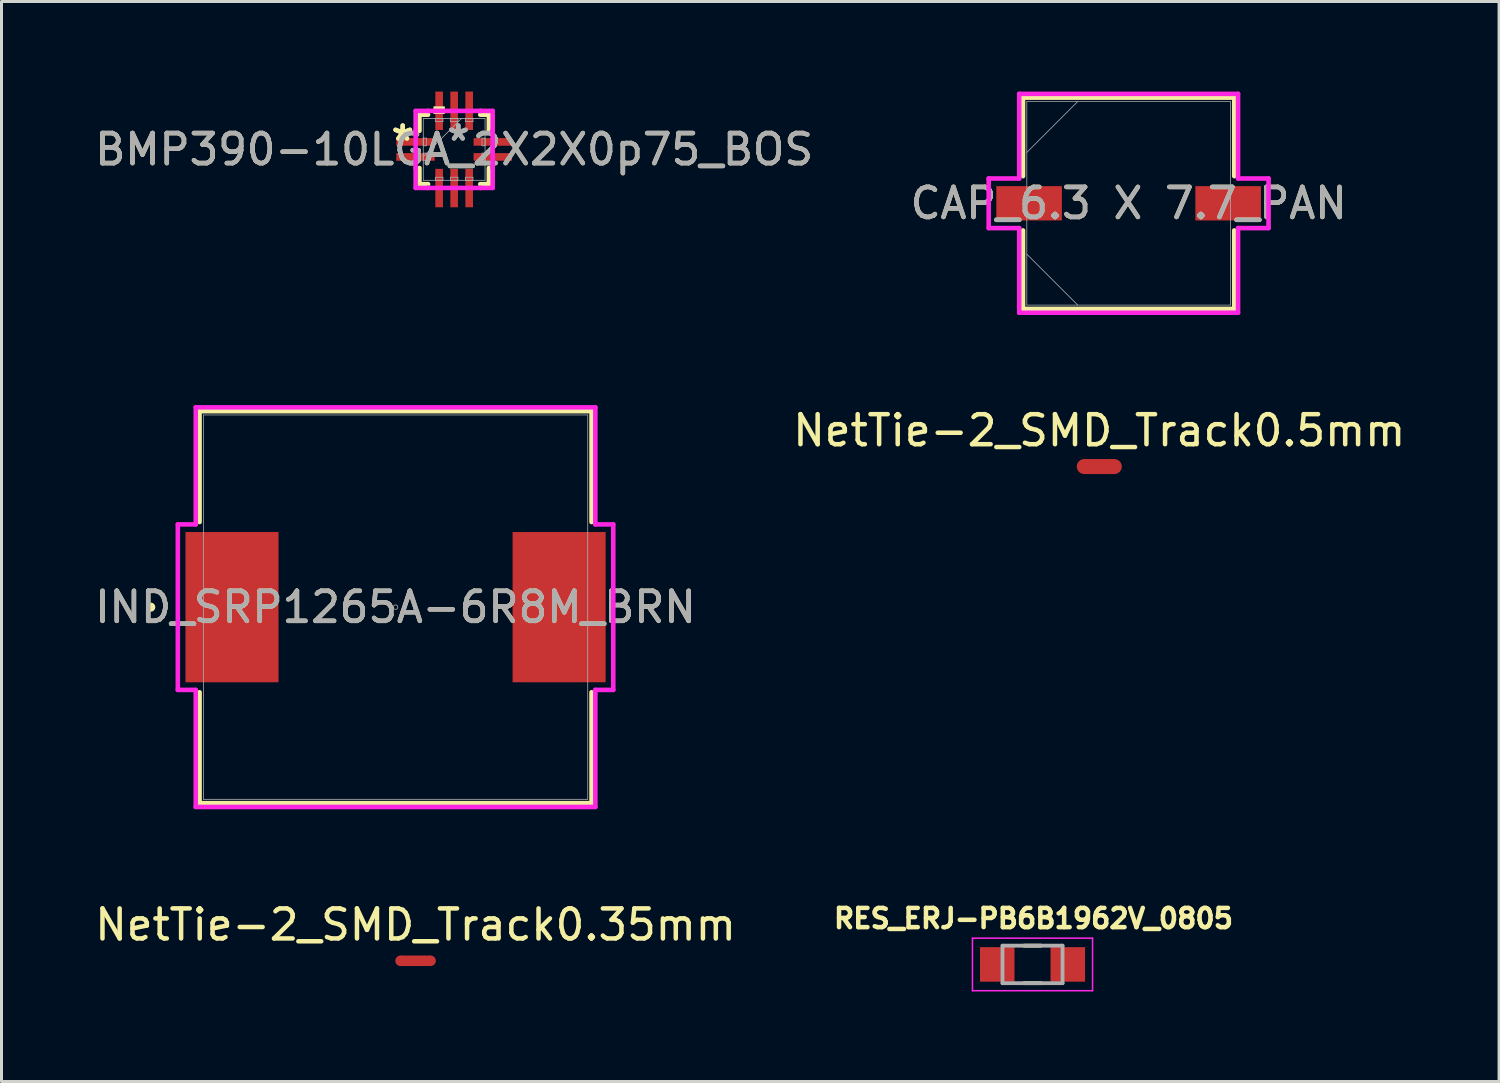
<source format=kicad_pcb>
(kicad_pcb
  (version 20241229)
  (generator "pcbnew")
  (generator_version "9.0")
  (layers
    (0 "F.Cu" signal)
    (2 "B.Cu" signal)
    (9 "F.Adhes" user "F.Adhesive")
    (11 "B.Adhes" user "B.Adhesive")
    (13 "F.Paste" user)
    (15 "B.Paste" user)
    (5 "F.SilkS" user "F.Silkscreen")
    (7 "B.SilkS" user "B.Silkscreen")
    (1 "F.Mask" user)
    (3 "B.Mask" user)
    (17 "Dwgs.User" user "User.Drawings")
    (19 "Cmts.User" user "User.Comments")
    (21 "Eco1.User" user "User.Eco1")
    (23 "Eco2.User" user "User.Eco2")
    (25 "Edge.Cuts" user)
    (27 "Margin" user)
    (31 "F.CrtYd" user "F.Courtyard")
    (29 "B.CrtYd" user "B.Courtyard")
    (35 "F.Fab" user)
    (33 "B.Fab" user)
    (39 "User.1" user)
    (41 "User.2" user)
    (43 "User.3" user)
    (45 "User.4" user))
  (footprint "NetTie-2_SMD_Track0.5mm"
    (layer "F.Cu")
    (at 33.565 12.49)
    (property "Reference" "NetTie-2_SMD_Track0.5mm" (at 0 -1.2 180) (layer "F.SilkS") (effects (font (size 1 1) (thickness 0.15))))
    (attr exclude_from_pos_files exclude_from_bom allow_missing_courtyard)
    (fp_poly (pts (xy -0.5 -0.25) (xy 0.5 -0.25) (xy 0.5 0.25) (xy -0.5 0.25)) (stroke (width 0) (type solid)) (fill yes) (layers "F.Cu" "F.Mask"))
    (pad "1" smd circle (at -0.5 0) (size 0.5 0.5) (layers "F.Cu" "F.Mask" "F.Paste"))
    (pad "2" smd circle (at 0.5 0) (size 0.5 0.5) (layers "F.Cu" "F.Mask" "F.Paste")))
  (footprint "NetTie-2_SMD_Track0.35mm"
    (layer "F.Cu")
    (at 10.792 28.952)
    (property "Reference" "NetTie-2_SMD_Track0.35mm" (at 0 -1.2 0) (layer "F.SilkS") (effects (font (size 1 1) (thickness 0.15))))
    (attr exclude_from_pos_files exclude_from_bom allow_missing_courtyard)
    (fp_poly (pts (xy -0.5 -0.175) (xy 0.5 -0.175) (xy 0.5 0.175) (xy -0.5 0.175)) (stroke (width 0) (type solid)) (fill yes) (layer "F.Cu"))
    (pad "1" smd circle (at -0.5 0) (size 0.35 0.35) (layers "F.Cu"))
    (pad "2" smd circle (at 0.5 0) (size 0.35 0.35) (layers "F.Cu")))
  (footprint "IND_SRP1265A-6R8M_BRN"
    (layer "F.Cu")
    (at 10.125 17.173)
    (property "Reference" "IND_SRP1265A-6R8M_BRN" (at 0 0 0) (unlocked yes) (layer "F.SilkS") (effects (font (size 1 1) (thickness 0.15))))
    (attr smd)
    (fp_line (start -6.528 -6.528) (end -6.528 -2.835) (stroke (width 0.152) (type solid)) (layer "F.SilkS"))
    (fp_line (start -6.528 2.835) (end -6.528 6.528) (stroke (width 0.152) (type solid)) (layer "F.SilkS"))
    (fp_line (start -6.528 6.528) (end 6.528 6.528) (stroke (width 0.152) (type solid)) (layer "F.SilkS"))
    (fp_line (start 6.528 -6.528) (end -6.528 -6.528) (stroke (width 0.152) (type solid)) (layer "F.SilkS"))
    (fp_line (start 6.528 -2.835) (end 6.528 -6.528) (stroke (width 0.152) (type solid)) (layer "F.SilkS"))
    (fp_line (start 6.528 6.528) (end 6.528 2.835) (stroke (width 0.152) (type solid)) (layer "F.SilkS"))
    (fp_circle (center -8.153 0) (end -8.077 0) (stroke (width 0.152) (type solid)) (fill no) (layer "F.SilkS"))
    (fp_line (start -7.252 -2.756) (end -6.655 -2.756) (stroke (width 0.152) (type solid)) (layer "F.CrtYd"))
    (fp_line (start -7.252 2.756) (end -7.252 -2.756) (stroke (width 0.152) (type solid)) (layer "F.CrtYd"))
    (fp_line (start -7.252 2.756) (end -6.655 2.756) (stroke (width 0.152) (type solid)) (layer "F.CrtYd"))
    (fp_line (start -6.655 -6.655) (end 6.655 -6.655) (stroke (width 0.152) (type solid)) (layer "F.CrtYd"))
    (fp_line (start -6.655 -2.756) (end -6.655 -6.655) (stroke (width 0.152) (type solid)) (layer "F.CrtYd"))
    (fp_line (start -6.655 6.655) (end -6.655 2.756) (stroke (width 0.152) (type solid)) (layer "F.CrtYd"))
    (fp_line (start 6.655 -6.655) (end 6.655 -2.756) (stroke (width 0.152) (type solid)) (layer "F.CrtYd"))
    (fp_line (start 6.655 2.756) (end 6.655 6.655) (stroke (width 0.152) (type solid)) (layer "F.CrtYd"))
    (fp_line (start 6.655 6.655) (end -6.655 6.655) (stroke (width 0.152) (type solid)) (layer "F.CrtYd"))
    (fp_line (start 7.252 -2.756) (end 6.655 -2.756) (stroke (width 0.152) (type solid)) (layer "F.CrtYd"))
    (fp_line (start 7.252 -2.756) (end 7.252 2.756) (stroke (width 0.152) (type solid)) (layer "F.CrtYd"))
    (fp_line (start 7.252 2.756) (end 6.655 2.756) (stroke (width 0.152) (type solid)) (layer "F.CrtYd"))
    (fp_line (start -6.401 -6.401) (end -6.401 6.401) (stroke (width 0.025) (type solid)) (layer "F.Fab"))
    (fp_line (start -6.401 6.401) (end 6.401 6.401) (stroke (width 0.025) (type solid)) (layer "F.Fab"))
    (fp_line (start 6.401 -6.401) (end -6.401 -6.401) (stroke (width 0.025) (type solid)) (layer "F.Fab"))
    (fp_line (start 6.401 6.401) (end 6.401 -6.401) (stroke (width 0.025) (type solid)) (layer "F.Fab"))
    (fp_circle (center 0 0) (end 0.076 0) (stroke (width 0.025) (type solid)) (fill no) (layer "F.Fab"))
    (fp_text user "${REFERENCE}" (at 0 0 0) (unlocked yes) (layer "F.Fab") (effects (font (size 1 1) (thickness 0.15))))
    (pad "1" smd rect (at -5.448 0) (size 3.099 5.004) (layers "F.Cu" "F.Mask" "F.Paste"))
    (pad "2" smd rect (at 5.448 0) (size 3.099 5.004) (layers "F.Cu" "F.Mask" "F.Paste")))
  (footprint "CAP_6.3 X 7.7_PAN"
    (layer "F.Cu")
    (at 34.542 3.721)
    (property "Reference" "CAP_6.3 X 7.7_PAN" (at 0 0 0) (unlocked yes) (layer "F.SilkS") (effects (font (size 1 1) (thickness 0.15))))
    (attr smd)
    (fp_line (start -3.518 -3.518) (end -3.518 -0.904) (stroke (width 0.152) (type solid)) (layer "F.SilkS"))
    (fp_line (start -3.518 0.904) (end -3.518 3.518) (stroke (width 0.152) (type solid)) (layer "F.SilkS"))
    (fp_line (start -3.518 3.518) (end 3.518 3.518) (stroke (width 0.152) (type solid)) (layer "F.SilkS"))
    (fp_line (start 3.518 -3.518) (end -3.518 -3.518) (stroke (width 0.152) (type solid)) (layer "F.SilkS"))
    (fp_line (start 3.518 -0.904) (end 3.518 -3.518) (stroke (width 0.152) (type solid)) (layer "F.SilkS"))
    (fp_line (start 3.518 3.518) (end 3.518 0.904) (stroke (width 0.152) (type solid)) (layer "F.SilkS"))
    (fp_line (start -4.661 -0.826) (end -3.645 -0.826) (stroke (width 0.152) (type solid)) (layer "F.CrtYd"))
    (fp_line (start -4.661 0.826) (end -4.661 -0.826) (stroke (width 0.152) (type solid)) (layer "F.CrtYd"))
    (fp_line (start -3.645 -3.645) (end 3.645 -3.645) (stroke (width 0.152) (type solid)) (layer "F.CrtYd"))
    (fp_line (start -3.645 -0.826) (end -3.645 -3.645) (stroke (width 0.152) (type solid)) (layer "F.CrtYd"))
    (fp_line (start -3.645 0.826) (end -4.661 0.826) (stroke (width 0.152) (type solid)) (layer "F.CrtYd"))
    (fp_line (start -3.645 3.645) (end -3.645 0.826) (stroke (width 0.152) (type solid)) (layer "F.CrtYd"))
    (fp_line (start 3.645 -3.645) (end 3.645 -0.826) (stroke (width 0.152) (type solid)) (layer "F.CrtYd"))
    (fp_line (start 3.645 -0.826) (end 4.661 -0.826) (stroke (width 0.152) (type solid)) (layer "F.CrtYd"))
    (fp_line (start 3.645 0.826) (end 3.645 3.645) (stroke (width 0.152) (type solid)) (layer "F.CrtYd"))
    (fp_line (start 3.645 3.645) (end -3.645 3.645) (stroke (width 0.152) (type solid)) (layer "F.CrtYd"))
    (fp_line (start 4.661 -0.826) (end 4.661 0.826) (stroke (width 0.152) (type solid)) (layer "F.CrtYd"))
    (fp_line (start 4.661 0.826) (end 3.645 0.826) (stroke (width 0.152) (type solid)) (layer "F.CrtYd"))
    (fp_line (start -3.391 -3.391) (end -3.391 3.391) (stroke (width 0.025) (type solid)) (layer "F.Fab"))
    (fp_line (start -3.391 -1.695) (end -1.695 -3.391) (stroke (width 0.025) (type solid)) (layer "F.Fab"))
    (fp_line (start -3.391 1.695) (end -1.695 3.391) (stroke (width 0.025) (type solid)) (layer "F.Fab"))
    (fp_line (start -3.391 3.391) (end 3.391 3.391) (stroke (width 0.025) (type solid)) (layer "F.Fab"))
    (fp_line (start 3.391 -3.391) (end -3.391 -3.391) (stroke (width 0.025) (type solid)) (layer "F.Fab"))
    (fp_line (start 3.391 3.391) (end 3.391 -3.391) (stroke (width 0.025) (type solid)) (layer "F.Fab"))
    (fp_circle (center -2.883 0) (end -2.883 0) (stroke (width 0.025) (type solid)) (fill no) (layer "F.Fab"))
    (fp_text user "${REFERENCE}" (at 0 0 0) (unlocked yes) (layer "F.Fab") (effects (font (size 1 1) (thickness 0.15))))
    (pad "1" smd rect (at -3.315 0) (size 2.184 1.143) (layers "F.Cu" "F.Mask" "F.Paste"))
    (pad "2" smd rect (at 3.315 0) (size 2.184 1.143) (layers "F.Cu" "F.Mask" "F.Paste"))
    (zone (net_name "") (layer "F.Cu") (hatch full 0.508) (connect_pads) (min_thickness 0.254) (filled_areas_thickness no) (keepout (tracks not_allowed) (vias not_allowed) (pads allowed) (copperpour not_allowed) (footprints allowed)) (placement (enabled no)) (fill) (polygon (pts (xy 31.202 0.381) (xy 37.882 0.381) (xy 37.882 3.099) (xy 31.202 3.099))))
    (zone (net_name "") (layer "F.Cu") (hatch full 0.508) (connect_pads) (min_thickness 0.254) (filled_areas_thickness no) (keepout (tracks not_allowed) (vias not_allowed) (pads allowed) (copperpour not_allowed) (footprints allowed)) (placement (enabled no)) (fill) (polygon (pts (xy 31.202 4.343) (xy 37.882 4.343) (xy 37.882 7.061) (xy 31.202 7.061))))
    (zone (net_name "") (layer "F.Cu") (hatch full 0.508) (connect_pads) (min_thickness 0.254) (filled_areas_thickness no) (keepout (tracks not_allowed) (vias not_allowed) (pads allowed) (copperpour not_allowed) (footprints allowed)) (placement (enabled no)) (fill) (polygon (pts (xy 32.37 3.099) (xy 36.713 3.099) (xy 36.713 4.343) (xy 32.37 4.343)))))
  (footprint "BMP390-10LGA_2X2X0p75_BOS"
    (layer "F.Cu")
    (at 12.077 1.927)
    (property "Reference" "BMP390-10LGA_2X2X0p75_BOS" (at 0 0 0) (unlocked yes) (layer "F.SilkS") (effects (font (size 1 1) (thickness 0.15))))
    (attr smd)
    (fp_line (start -1.156 -1.156) (end -1.156 -0.619) (stroke (width 0.152) (type solid)) (layer "F.SilkS"))
    (fp_line (start -1.156 0.619) (end -1.156 1.156) (stroke (width 0.152) (type solid)) (layer "F.SilkS"))
    (fp_line (start -1.156 1.156) (end -0.869 1.156) (stroke (width 0.152) (type solid)) (layer "F.SilkS"))
    (fp_line (start -0.869 -1.156) (end -1.156 -1.156) (stroke (width 0.152) (type solid)) (layer "F.SilkS"))
    (fp_line (start 0.869 1.156) (end 1.156 1.156) (stroke (width 0.152) (type solid)) (layer "F.SilkS"))
    (fp_line (start 1.156 -1.156) (end 0.869 -1.156) (stroke (width 0.152) (type solid)) (layer "F.SilkS"))
    (fp_line (start 1.156 -0.619) (end 1.156 -1.156) (stroke (width 0.152) (type solid)) (layer "F.SilkS"))
    (fp_line (start 1.156 1.156) (end 1.156 0.619) (stroke (width 0.152) (type solid)) (layer "F.SilkS"))
    (fp_poly (pts (xy -0.69 -1.181) (xy -0.69 -1.435) (xy -0.309 -1.435) (xy -0.309 -1.181)) (stroke (width 0) (type solid)) (fill yes) (layer "F.SilkS"))
    (fp_rect (start -1.048 -0.377) (end -0.648 -0.123) (stroke (width 0) (type solid)) (fill yes) (layer "F.Paste"))
    (fp_rect (start -1.048 0.123) (end -0.648 0.377) (stroke (width 0) (type solid)) (fill yes) (layer "F.Paste"))
    (fp_rect (start -0.627 -1.048) (end -0.373 -0.648) (stroke (width 0) (type solid)) (fill yes) (layer "F.Paste"))
    (fp_rect (start -0.627 0.648) (end -0.373 1.048) (stroke (width 0) (type solid)) (fill yes) (layer "F.Paste"))
    (fp_rect (start -0.127 -1.048) (end 0.127 -0.648) (stroke (width 0) (type solid)) (fill yes) (layer "F.Paste"))
    (fp_rect (start -0.127 0.648) (end 0.127 1.048) (stroke (width 0) (type solid)) (fill yes) (layer "F.Paste"))
    (fp_rect (start 0.373 -1.048) (end 0.627 -0.648) (stroke (width 0) (type solid)) (fill yes) (layer "F.Paste"))
    (fp_rect (start 0.373 0.648) (end 0.627 1.048) (stroke (width 0) (type solid)) (fill yes) (layer "F.Paste"))
    (fp_rect (start 0.648 -0.377) (end 1.048 -0.123) (stroke (width 0) (type solid)) (fill yes) (layer "F.Paste"))
    (fp_rect (start 0.648 0.123) (end 1.048 0.377) (stroke (width 0) (type solid)) (fill yes) (layer "F.Paste"))
    (fp_line (start -1.283 -1.283) (end -0.881 -1.283) (stroke (width 0.152) (type solid)) (layer "F.CrtYd"))
    (fp_line (start -1.283 -0.631) (end -1.283 -1.283) (stroke (width 0.152) (type solid)) (layer "F.CrtYd"))
    (fp_line (start -1.283 -0.631) (end -1.283 -0.631) (stroke (width 0.152) (type solid)) (layer "F.CrtYd"))
    (fp_line (start -1.283 0.631) (end -1.283 -0.631) (stroke (width 0.152) (type solid)) (layer "F.CrtYd"))
    (fp_line (start -1.283 0.631) (end -1.283 0.631) (stroke (width 0.152) (type solid)) (layer "F.CrtYd"))
    (fp_line (start -1.283 1.283) (end -1.283 0.631) (stroke (width 0.152) (type solid)) (layer "F.CrtYd"))
    (fp_line (start -0.881 -1.283) (end -0.881 -1.283) (stroke (width 0.152) (type solid)) (layer "F.CrtYd"))
    (fp_line (start -0.881 -1.283) (end 0.881 -1.283) (stroke (width 0.152) (type solid)) (layer "F.CrtYd"))
    (fp_line (start -0.881 1.283) (end -1.283 1.283) (stroke (width 0.152) (type solid)) (layer "F.CrtYd"))
    (fp_line (start -0.881 1.283) (end -0.881 1.283) (stroke (width 0.152) (type solid)) (layer "F.CrtYd"))
    (fp_line (start 0.881 -1.283) (end 0.881 -1.283) (stroke (width 0.152) (type solid)) (layer "F.CrtYd"))
    (fp_line (start 0.881 -1.283) (end 1.283 -1.283) (stroke (width 0.152) (type solid)) (layer "F.CrtYd"))
    (fp_line (start 0.881 1.283) (end -0.881 1.283) (stroke (width 0.152) (type solid)) (layer "F.CrtYd"))
    (fp_line (start 0.881 1.283) (end 0.881 1.283) (stroke (width 0.152) (type solid)) (layer "F.CrtYd"))
    (fp_line (start 1.283 -1.283) (end 1.283 -0.631) (stroke (width 0.152) (type solid)) (layer "F.CrtYd"))
    (fp_line (start 1.283 -0.631) (end 1.283 -0.631) (stroke (width 0.152) (type solid)) (layer "F.CrtYd"))
    (fp_line (start 1.283 -0.631) (end 1.283 0.631) (stroke (width 0.152) (type solid)) (layer "F.CrtYd"))
    (fp_line (start 1.283 0.631) (end 1.283 0.631) (stroke (width 0.152) (type solid)) (layer "F.CrtYd"))
    (fp_line (start 1.283 0.631) (end 1.283 1.283) (stroke (width 0.152) (type solid)) (layer "F.CrtYd"))
    (fp_line (start 1.283 1.283) (end 0.881 1.283) (stroke (width 0.152) (type solid)) (layer "F.CrtYd"))
    (fp_line (start -1.029 -1.029) (end -1.029 1.029) (stroke (width 0.025) (type solid)) (layer "F.Fab"))
    (fp_line (start -1.029 -0.377) (end -0.927 -0.377) (stroke (width 0.025) (type solid)) (layer "F.Fab"))
    (fp_line (start -1.029 -0.123) (end -1.029 -0.377) (stroke (width 0.025) (type solid)) (layer "F.Fab"))
    (fp_line (start -1.029 0.123) (end -0.927 0.123) (stroke (width 0.025) (type solid)) (layer "F.Fab"))
    (fp_line (start -1.029 0.241) (end 0.241 -1.029) (stroke (width 0.025) (type solid)) (layer "F.Fab"))
    (fp_line (start -1.029 0.377) (end -1.029 0.123) (stroke (width 0.025) (type solid)) (layer "F.Fab"))
    (fp_line (start -1.029 1.029) (end 1.029 1.029) (stroke (width 0.025) (type solid)) (layer "F.Fab"))
    (fp_line (start -0.927 -0.377) (end -0.927 -0.123) (stroke (width 0.025) (type solid)) (layer "F.Fab"))
    (fp_line (start -0.927 -0.123) (end -1.029 -0.123) (stroke (width 0.025) (type solid)) (layer "F.Fab"))
    (fp_line (start -0.927 0.123) (end -0.927 0.377) (stroke (width 0.025) (type solid)) (layer "F.Fab"))
    (fp_line (start -0.927 0.377) (end -1.029 0.377) (stroke (width 0.025) (type solid)) (layer "F.Fab"))
    (fp_line (start -0.627 -1.029) (end -0.373 -1.029) (stroke (width 0.025) (type solid)) (layer "F.Fab"))
    (fp_line (start -0.627 -0.927) (end -0.627 -1.029) (stroke (width 0.025) (type solid)) (layer "F.Fab"))
    (fp_line (start -0.627 0.927) (end -0.373 0.927) (stroke (width 0.025) (type solid)) (layer "F.Fab"))
    (fp_line (start -0.627 1.029) (end -0.627 0.927) (stroke (width 0.025) (type solid)) (layer "F.Fab"))
    (fp_line (start -0.373 -1.029) (end -0.373 -0.927) (stroke (width 0.025) (type solid)) (layer "F.Fab"))
    (fp_line (start -0.373 -0.927) (end -0.627 -0.927) (stroke (width 0.025) (type solid)) (layer "F.Fab"))
    (fp_line (start -0.373 0.927) (end -0.373 1.029) (stroke (width 0.025) (type solid)) (layer "F.Fab"))
    (fp_line (start -0.373 1.029) (end -0.627 1.029) (stroke (width 0.025) (type solid)) (layer "F.Fab"))
    (fp_line (start -0.127 -1.029) (end 0.127 -1.029) (stroke (width 0.025) (type solid)) (layer "F.Fab"))
    (fp_line (start -0.127 -0.927) (end -0.127 -1.029) (stroke (width 0.025) (type solid)) (layer "F.Fab"))
    (fp_line (start -0.127 0.927) (end 0.127 0.927) (stroke (width 0.025) (type solid)) (layer "F.Fab"))
    (fp_line (start -0.127 1.029) (end -0.127 0.927) (stroke (width 0.025) (type solid)) (layer "F.Fab"))
    (fp_line (start 0.127 -1.029) (end 0.127 -0.927) (stroke (width 0.025) (type solid)) (layer "F.Fab"))
    (fp_line (start 0.127 -0.927) (end -0.127 -0.927) (stroke (width 0.025) (type solid)) (layer "F.Fab"))
    (fp_line (start 0.127 0.927) (end 0.127 1.029) (stroke (width 0.025) (type solid)) (layer "F.Fab"))
    (fp_line (start 0.127 1.029) (end -0.127 1.029) (stroke (width 0.025) (type solid)) (layer "F.Fab"))
    (fp_line (start 0.373 -1.029) (end 0.627 -1.029) (stroke (width 0.025) (type solid)) (layer "F.Fab"))
    (fp_line (start 0.373 -0.927) (end 0.373 -1.029) (stroke (width 0.025) (type solid)) (layer "F.Fab"))
    (fp_line (start 0.373 0.927) (end 0.627 0.927) (stroke (width 0.025) (type solid)) (layer "F.Fab"))
    (fp_line (start 0.373 1.029) (end 0.373 0.927) (stroke (width 0.025) (type solid)) (layer "F.Fab"))
    (fp_line (start 0.627 -1.029) (end 0.627 -0.927) (stroke (width 0.025) (type solid)) (layer "F.Fab"))
    (fp_line (start 0.627 -0.927) (end 0.373 -0.927) (stroke (width 0.025) (type solid)) (layer "F.Fab"))
    (fp_line (start 0.627 0.927) (end 0.627 1.029) (stroke (width 0.025) (type solid)) (layer "F.Fab"))
    (fp_line (start 0.627 1.029) (end 0.373 1.029) (stroke (width 0.025) (type solid)) (layer "F.Fab"))
    (fp_line (start 0.927 -0.377) (end 1.029 -0.377) (stroke (width 0.025) (type solid)) (layer "F.Fab"))
    (fp_line (start 0.927 -0.123) (end 0.927 -0.377) (stroke (width 0.025) (type solid)) (layer "F.Fab"))
    (fp_line (start 0.927 0.123) (end 1.029 0.123) (stroke (width 0.025) (type solid)) (layer "F.Fab"))
    (fp_line (start 0.927 0.377) (end 0.927 0.123) (stroke (width 0.025) (type solid)) (layer "F.Fab"))
    (fp_line (start 1.029 -1.029) (end -1.029 -1.029) (stroke (width 0.025) (type solid)) (layer "F.Fab"))
    (fp_line (start 1.029 -0.377) (end 1.029 -0.123) (stroke (width 0.025) (type solid)) (layer "F.Fab"))
    (fp_line (start 1.029 -0.123) (end 0.927 -0.123) (stroke (width 0.025) (type solid)) (layer "F.Fab"))
    (fp_line (start 1.029 0.123) (end 1.029 0.377) (stroke (width 0.025) (type solid)) (layer "F.Fab"))
    (fp_line (start 1.029 0.377) (end 0.927 0.377) (stroke (width 0.025) (type solid)) (layer "F.Fab"))
    (fp_line (start 1.029 1.029) (end 1.029 -1.029) (stroke (width 0.025) (type solid)) (layer "F.Fab"))
    (fp_text user "*" (at -1.714 -0.25 0) (unlocked yes) (layer "F.SilkS") (effects (font (size 1 1) (thickness 0.15))))
    (fp_text user "*" (at -1.714 -0.25 0) (layer "F.SilkS") (effects (font (size 1 1) (thickness 0.15))))
    (fp_text user "*" (at 0.14 -0.25 0) (unlocked yes) (layer "F.Fab") (effects (font (size 1 1) (thickness 0.15))))
    (fp_text user "${REFERENCE}" (at 0 0 0) (unlocked yes) (layer "F.Fab") (effects (font (size 1 1) (thickness 0.15))))
    (fp_text user "*" (at 0.14 -0.25 0) (layer "F.Fab") (effects (font (size 1 1) (thickness 0.15))))
    (pad "1" smd custom (at -0.787 -0.25 90) (size 0.254 0.279) (layers "F.Cu" "F.Mask" "F.Paste") (options (anchor rect)) (primitives (gr_rect (start -0.127 -1.14) (end 0.127 -0.075) (width 0) (fill yes))))
    (pad "2" smd custom (at -0.787 0.25 90) (size 0.254 0.279) (layers "F.Cu" "F.Mask" "F.Paste") (options (anchor rect)) (primitives (gr_rect (start -0.127 -1.14) (end 0.127 -0.093) (width 0) (fill yes))))
    (pad "3" smd custom (at -0.5 0.787) (size 0.254 0.279) (layers "F.Cu" "F.Mask" "F.Paste") (options (anchor rect)) (primitives (gr_rect (start -0.127 0.104) (end 0.127 1.14) (width 0) (fill yes))))
    (pad "4" smd custom (at 0 0.787) (size 0.254 0.279) (layers "F.Cu" "F.Mask" "F.Paste") (options (anchor rect)) (primitives (gr_rect (start -0.127 0.101) (end 0.127 1.14) (width 0) (fill yes))))
    (pad "5" smd custom (at 0.5 0.787) (size 0.254 0.279) (layers "F.Cu" "F.Mask" "F.Paste") (options (anchor rect)) (primitives (gr_rect (start -0.127 0.086) (end 0.127 1.14) (width 0) (fill yes))))
    (pad "6" smd custom (at 0.787 0.25 90) (size 0.254 0.279) (layers "F.Cu" "F.Mask" "F.Paste") (options (anchor rect)) (primitives (gr_rect (start -0.127 0.124) (end 0.127 1.14) (width 0) (fill yes))))
    (pad "7" smd custom (at 0.787 -0.25 90) (size 0.254 0.279) (layers "F.Cu" "F.Mask" "F.Paste") (options (anchor rect)) (primitives (gr_rect (start -0.127 0.136) (end 0.127 1.14) (width 0) (fill yes))))
    (pad "8" smd custom (at 0.5 -0.787) (size 0.254 0.279) (layers "F.Cu" "F.Mask" "F.Paste") (options (anchor rect)) (primitives (gr_rect (start -0.127 -1.14) (end 0.127 -0.098) (width 0) (fill yes))))
    (pad "9" smd custom (at 0 -0.787) (size 0.254 0.279) (layers "F.Cu" "F.Mask" "F.Paste") (options (anchor rect)) (primitives (gr_rect (start -0.127 -1.14) (end 0.127 -0.07) (width 0) (fill yes))))
    (pad "10" smd custom (at -0.5 -0.787) (size 0.254 0.279) (layers "F.Cu" "F.Mask" "F.Paste") (options (anchor rect)) (primitives (gr_rect (start -0.127 -1.14) (end 0.127 -0.061) (width 0) (fill yes)))))
  (footprint "RES_ERJ-PB6B1962V_0805"
    (layer "F.Cu")
    (at 31.341 29.073)
    (property "Reference" "RES_ERJ-PB6B1962V_0805" (at 0.032 -1.531 0) (layer "F.SilkS") (effects (font (size 0.64 0.64) (thickness 0.15))))
    (attr smd)
    (fp_line (start -0.28 -0.625) (end 0.28 -0.625) (stroke (width 0.127) (type solid)) (layer "F.SilkS"))
    (fp_line (start -0.28 0.625) (end 0.28 0.625) (stroke (width 0.127) (type solid)) (layer "F.SilkS"))
    (fp_line (start -2 -0.875) (end -2 0.875) (stroke (width 0.05) (type solid)) (layer "F.CrtYd"))
    (fp_line (start -2 0.875) (end 2 0.875) (stroke (width 0.05) (type solid)) (layer "F.CrtYd"))
    (fp_line (start 2 -0.875) (end -2 -0.875) (stroke (width 0.05) (type solid)) (layer "F.CrtYd"))
    (fp_line (start 2 0.875) (end 2 -0.875) (stroke (width 0.05) (type solid)) (layer "F.CrtYd"))
    (fp_line (start -1 -0.625) (end -1 0.625) (stroke (width 0.127) (type solid)) (layer "F.Fab"))
    (fp_line (start -1 -0.625) (end 1 -0.625) (stroke (width 0.127) (type solid)) (layer "F.Fab"))
    (fp_line (start -1 0.625) (end 1 0.625) (stroke (width 0.127) (type solid)) (layer "F.Fab"))
    (fp_line (start 1 -0.625) (end 1 0.625) (stroke (width 0.127) (type solid)) (layer "F.Fab"))
    (pad "1" smd rect (at -1.175 0) (size 1.15 1.15) (layers "F.Cu" "F.Mask" "F.Paste"))
    (pad "2" smd rect (at 1.175 0) (size 1.15 1.15) (layers "F.Cu" "F.Mask" "F.Paste")))
  (gr_rect
    (start -3 -3)
    (end 46.881 32.973)
    (stroke (width 0.1) (type default))
    (fill no)
    (layer "Edge.Cuts")))
</source>
